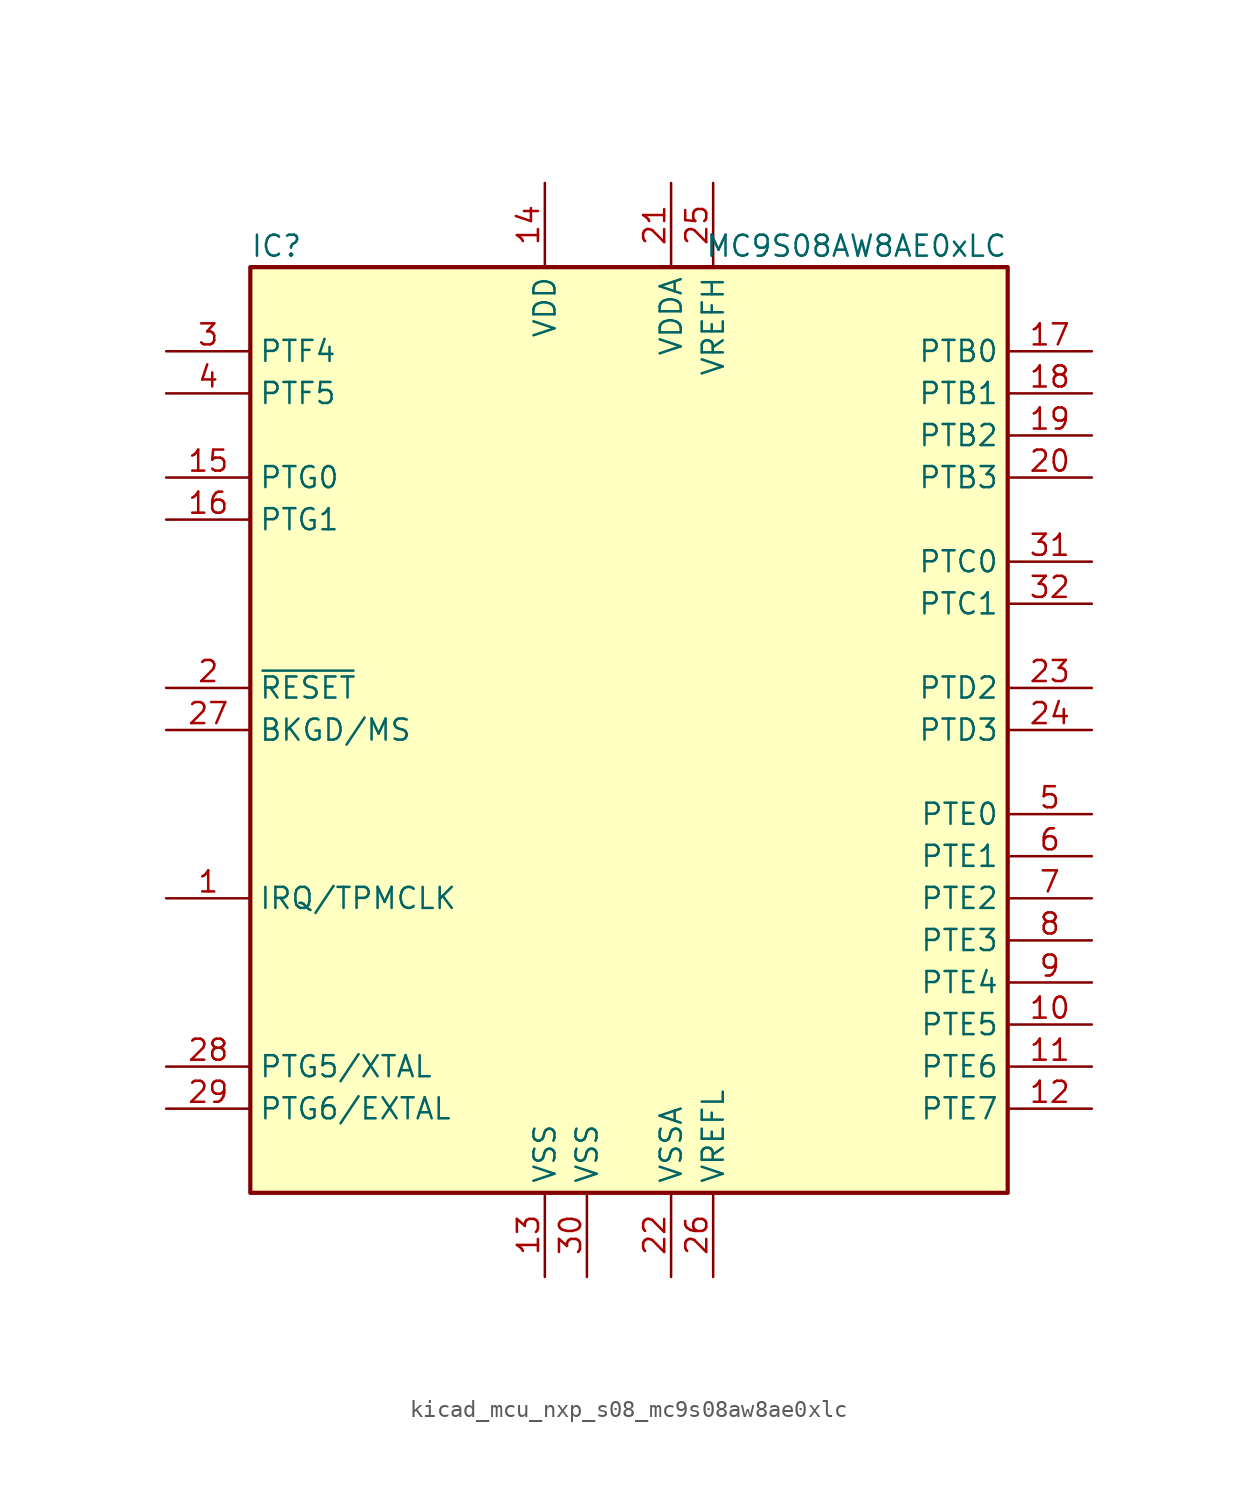
<source format=kicad_sym>
(kicad_symbol_lib
  (version 20220914)
  (generator kicad_symbol_editor)
  (symbol "kicad_mcu_nxp_s08_mc9s08aw8ae0xlc"
    (property "Reference" "IC"
      (at -22.86 29.21 0)
      (effects (font (size 1.27 1.27)) (justify left)))
    (property "Value" "MC9S08AW8AE0xLC"
      (at 22.86 29.21 0)
      (effects (font (size 1.27 1.27)) (justify right)))
    (symbol "kicad_mcu_nxp_s08_mc9s08aw8ae0xlc_0_1"
      (rectangle (start -22.86 27.94) (end 22.86 -27.94) (stroke (width 0.254) (type default)) (fill (type background))))
    (symbol "kicad_mcu_nxp_s08_mc9s08aw8ae0xlc_1_1"
      (pin input line (at -27.94 -10.16 0) (length 5.08) (name "IRQ/TPMCLK" (effects (font (size 1.27 1.27)))) (number "1" (effects (font (size 1.27 1.27)))))
      (pin bidirectional line (at 27.94 -17.78 180) (length 5.08) (name "PTE5" (effects (font (size 1.27 1.27)))) (number "10" (effects (font (size 1.27 1.27)))))
      (pin bidirectional line (at 27.94 -20.32 180) (length 5.08) (name "PTE6" (effects (font (size 1.27 1.27)))) (number "11" (effects (font (size 1.27 1.27)))))
      (pin bidirectional line (at 27.94 -22.86 180) (length 5.08) (name "PTE7" (effects (font (size 1.27 1.27)))) (number "12" (effects (font (size 1.27 1.27)))))
      (pin power_in line (at -5.08 -33.02 90) (length 5.08) (name "VSS" (effects (font (size 1.27 1.27)))) (number "13" (effects (font (size 1.27 1.27)))))
      (pin power_in line (at -5.08 33.02 270) (length 5.08) (name "VDD" (effects (font (size 1.27 1.27)))) (number "14" (effects (font (size 1.27 1.27)))))
      (pin bidirectional line (at -27.94 15.24 0) (length 5.08) (name "PTG0" (effects (font (size 1.27 1.27)))) (number "15" (effects (font (size 1.27 1.27)))))
      (pin bidirectional line (at -27.94 12.7 0) (length 5.08) (name "PTG1" (effects (font (size 1.27 1.27)))) (number "16" (effects (font (size 1.27 1.27)))))
      (pin bidirectional line (at 27.94 22.86 180) (length 5.08) (name "PTB0" (effects (font (size 1.27 1.27)))) (number "17" (effects (font (size 1.27 1.27)))))
      (pin bidirectional line (at 27.94 20.32 180) (length 5.08) (name "PTB1" (effects (font (size 1.27 1.27)))) (number "18" (effects (font (size 1.27 1.27)))))
      (pin bidirectional line (at 27.94 17.78 180) (length 5.08) (name "PTB2" (effects (font (size 1.27 1.27)))) (number "19" (effects (font (size 1.27 1.27)))))
      (pin input line (at -27.94 2.54 0) (length 5.08) (name "~{RESET}" (effects (font (size 1.27 1.27)))) (number "2" (effects (font (size 1.27 1.27)))))
      (pin bidirectional line (at 27.94 15.24 180) (length 5.08) (name "PTB3" (effects (font (size 1.27 1.27)))) (number "20" (effects (font (size 1.27 1.27)))))
      (pin power_in line (at 2.54 33.02 270) (length 5.08) (name "VDDA" (effects (font (size 1.27 1.27)))) (number "21" (effects (font (size 1.27 1.27)))))
      (pin power_in line (at 2.54 -33.02 90) (length 5.08) (name "VSSA" (effects (font (size 1.27 1.27)))) (number "22" (effects (font (size 1.27 1.27)))))
      (pin bidirectional line (at 27.94 2.54 180) (length 5.08) (name "PTD2" (effects (font (size 1.27 1.27)))) (number "23" (effects (font (size 1.27 1.27)))))
      (pin bidirectional line (at 27.94 0 180) (length 5.08) (name "PTD3" (effects (font (size 1.27 1.27)))) (number "24" (effects (font (size 1.27 1.27)))))
      (pin power_in line (at 5.08 33.02 270) (length 5.08) (name "VREFH" (effects (font (size 1.27 1.27)))) (number "25" (effects (font (size 1.27 1.27)))))
      (pin power_in line (at 5.08 -33.02 90) (length 5.08) (name "VREFL" (effects (font (size 1.27 1.27)))) (number "26" (effects (font (size 1.27 1.27)))))
      (pin bidirectional line (at -27.94 0 0) (length 5.08) (name "BKGD/MS" (effects (font (size 1.27 1.27)))) (number "27" (effects (font (size 1.27 1.27)))))
      (pin bidirectional line (at -27.94 -20.32 0) (length 5.08) (name "PTG5/XTAL" (effects (font (size 1.27 1.27)))) (number "28" (effects (font (size 1.27 1.27)))))
      (pin bidirectional line (at -27.94 -22.86 0) (length 5.08) (name "PTG6/EXTAL" (effects (font (size 1.27 1.27)))) (number "29" (effects (font (size 1.27 1.27)))))
      (pin bidirectional line (at -27.94 22.86 0) (length 5.08) (name "PTF4" (effects (font (size 1.27 1.27)))) (number "3" (effects (font (size 1.27 1.27)))))
      (pin power_in line (at -2.54 -33.02 90) (length 5.08) (name "VSS" (effects (font (size 1.27 1.27)))) (number "30" (effects (font (size 1.27 1.27)))))
      (pin bidirectional line (at 27.94 10.16 180) (length 5.08) (name "PTC0" (effects (font (size 1.27 1.27)))) (number "31" (effects (font (size 1.27 1.27)))))
      (pin bidirectional line (at 27.94 7.62 180) (length 5.08) (name "PTC1" (effects (font (size 1.27 1.27)))) (number "32" (effects (font (size 1.27 1.27)))))
      (pin bidirectional line (at -27.94 20.32 0) (length 5.08) (name "PTF5" (effects (font (size 1.27 1.27)))) (number "4" (effects (font (size 1.27 1.27)))))
      (pin bidirectional line (at 27.94 -5.08 180) (length 5.08) (name "PTE0" (effects (font (size 1.27 1.27)))) (number "5" (effects (font (size 1.27 1.27)))))
      (pin bidirectional line (at 27.94 -7.62 180) (length 5.08) (name "PTE1" (effects (font (size 1.27 1.27)))) (number "6" (effects (font (size 1.27 1.27)))))
      (pin bidirectional line (at 27.94 -10.16 180) (length 5.08) (name "PTE2" (effects (font (size 1.27 1.27)))) (number "7" (effects (font (size 1.27 1.27)))))
      (pin bidirectional line (at 27.94 -12.7 180) (length 5.08) (name "PTE3" (effects (font (size 1.27 1.27)))) (number "8" (effects (font (size 1.27 1.27)))))
      (pin bidirectional line (at 27.94 -15.24 180) (length 5.08) (name "PTE4" (effects (font (size 1.27 1.27)))) (number "9" (effects (font (size 1.27 1.27))))))))
</source>
